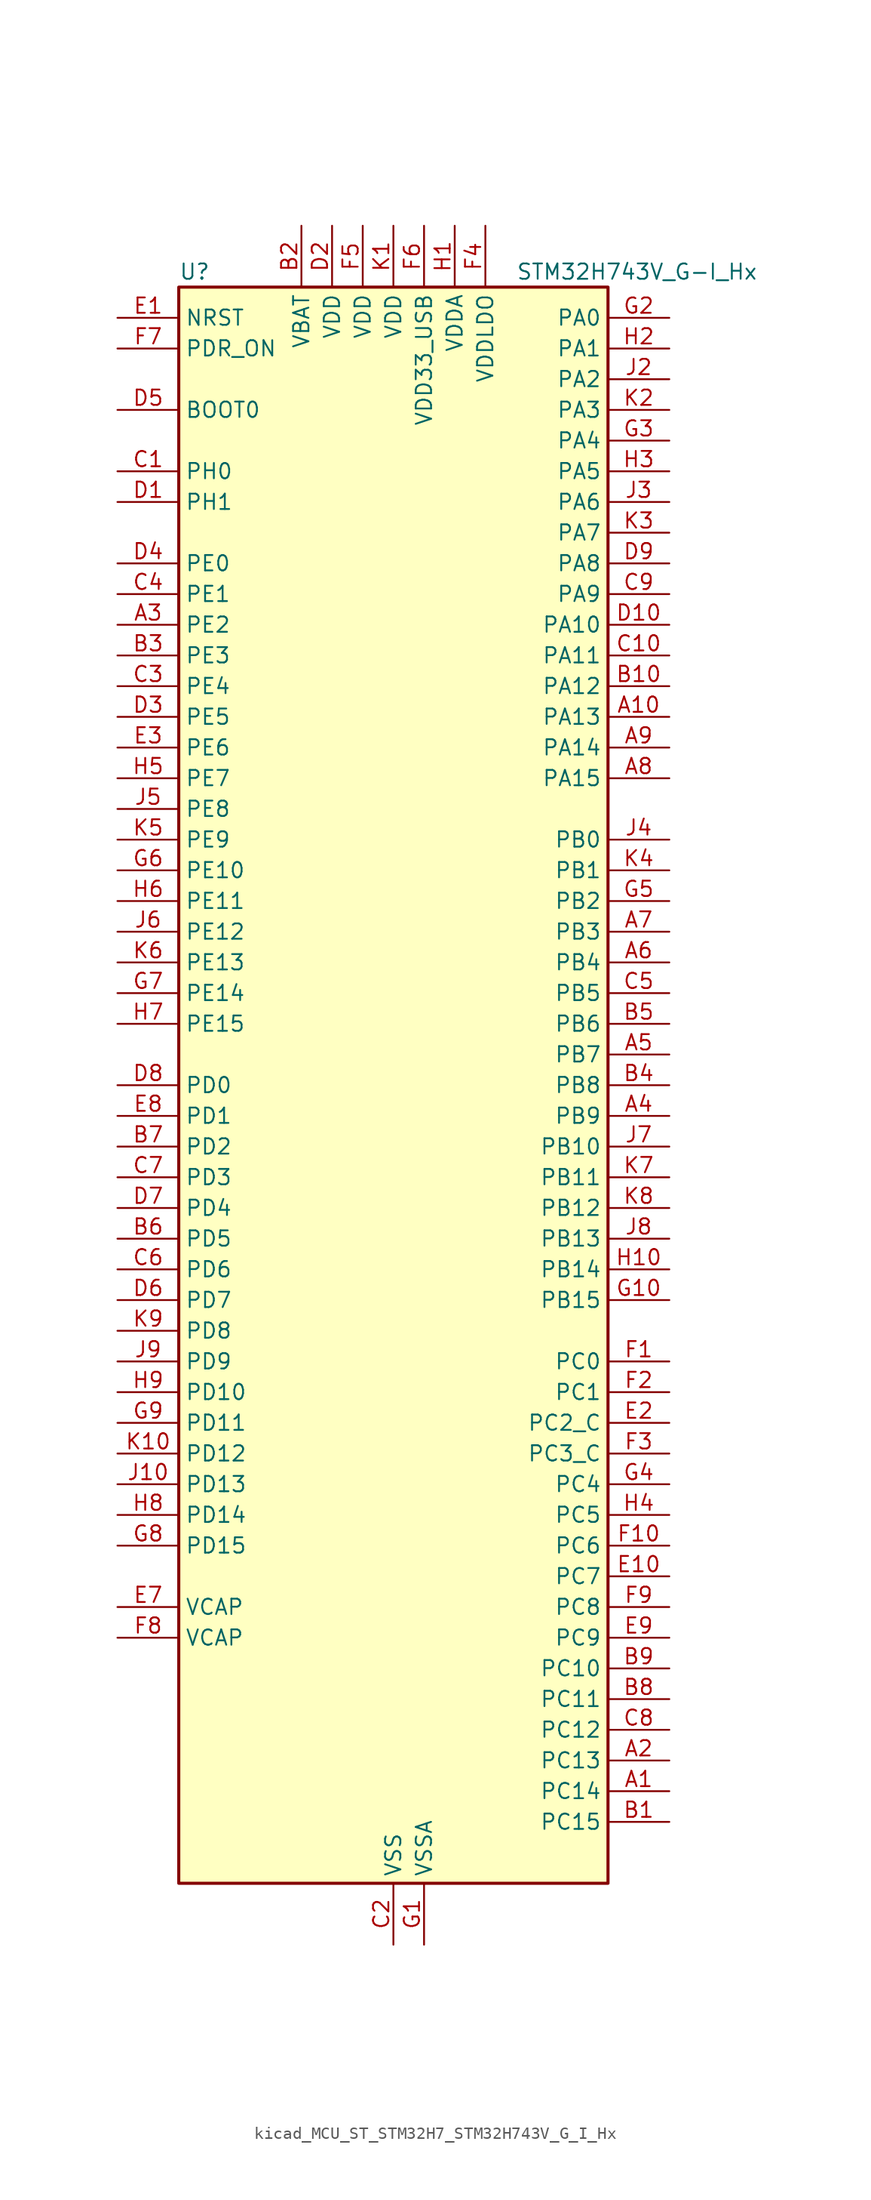
<source format=kicad_sym>
(kicad_symbol_lib
  (version 20220914)
  (generator kicad_symbol_editor)
  (symbol "kicad_MCU_ST_STM32H7_STM32H743V_G_I_Hx"
    (property "Reference" "U"
      (at -17.78 67.31 0)
      (effects (font (size 1.27 1.27)) (justify left)))
    (property "Value" "STM32H743V_G-I_Hx"
      (at 10.16 67.31 0)
      (effects (font (size 1.27 1.27)) (justify left)))
    (property "ki_locked" ""
      (at 0 0 0)
      (effects (font (size 1.27 1.27))))
    (symbol "kicad_MCU_ST_STM32H7_STM32H743V_G_I_Hx_0_1"
      (rectangle (start -17.78 -66.04) (end 17.78 66.04) (stroke (width 0.254) (type default)) (fill (type background))))
    (symbol "kicad_MCU_ST_STM32H7_STM32H743V_G_I_Hx_1_1"
      (pin bidirectional line (at 22.86 -58.42 180) (length 5.08) (name "PC14" (effects (font (size 1.27 1.27)))) (number "A1" (effects (font (size 1.27 1.27)))) (alternate "RCC_OSC32_IN" bidirectional line))
      (pin bidirectional line (at 22.86 30.48 180) (length 5.08) (name "PA13" (effects (font (size 1.27 1.27)))) (number "A10" (effects (font (size 1.27 1.27)))) (alternate "DEBUG_JTMS-SWDIO" bidirectional line))
      (pin bidirectional line (at 22.86 -55.88 180) (length 5.08) (name "PC13" (effects (font (size 1.27 1.27)))) (number "A2" (effects (font (size 1.27 1.27)))) (alternate "PWR_WKUP2" bidirectional line) (alternate "RTC_OUT_ALARM" bidirectional line) (alternate "RTC_OUT_CALIB" bidirectional line) (alternate "RTC_TAMP1" bidirectional line) (alternate "RTC_TS" bidirectional line))
      (pin bidirectional line (at -22.86 38.1 0) (length 5.08) (name "PE2" (effects (font (size 1.27 1.27)))) (number "A3" (effects (font (size 1.27 1.27)))) (alternate "DEBUG_TRACECLK" bidirectional line) (alternate "ETH_TXD3" bidirectional line) (alternate "FMC_A23" bidirectional line) (alternate "QUADSPI_BK1_IO2" bidirectional line) (alternate "SAI1_CK1" bidirectional line) (alternate "SAI1_MCLK_A" bidirectional line) (alternate "SAI4_CK1" bidirectional line) (alternate "SAI4_MCLK_A" bidirectional line) (alternate "SPI4_SCK" bidirectional line))
      (pin bidirectional line (at 22.86 -2.54 180) (length 5.08) (name "PB9" (effects (font (size 1.27 1.27)))) (number "A4" (effects (font (size 1.27 1.27)))) (alternate "DAC1_EXTI9" bidirectional line) (alternate "DCMI_D7" bidirectional line) (alternate "DFSDM1_DATIN7" bidirectional line) (alternate "FDCAN1_TX" bidirectional line) (alternate "I2C1_SDA" bidirectional line) (alternate "I2C4_SDA" bidirectional line) (alternate "I2C4_SMBA" bidirectional line) (alternate "I2S2_WS" bidirectional line) (alternate "LTDC_B7" bidirectional line) (alternate "SDMMC1_CDIR" bidirectional line) (alternate "SDMMC1_D5" bidirectional line) (alternate "SDMMC2_D5" bidirectional line) (alternate "SPI2_NSS" bidirectional line) (alternate "TIM17_CH1" bidirectional line) (alternate "TIM4_CH4" bidirectional line) (alternate "UART4_TX" bidirectional line))
      (pin bidirectional line (at 22.86 2.54 180) (length 5.08) (name "PB7" (effects (font (size 1.27 1.27)))) (number "A5" (effects (font (size 1.27 1.27)))) (alternate "DCMI_VSYNC" bidirectional line) (alternate "DFSDM1_CKIN5" bidirectional line) (alternate "FMC_NL" bidirectional line) (alternate "HRTIM_EEV9" bidirectional line) (alternate "I2C1_SDA" bidirectional line) (alternate "I2C4_SDA" bidirectional line) (alternate "LPUART1_RX" bidirectional line) (alternate "PWR_PVD_IN" bidirectional line) (alternate "TIM17_CH1N" bidirectional line) (alternate "TIM4_CH2" bidirectional line) (alternate "USART1_RX" bidirectional line))
      (pin bidirectional line (at 22.86 10.16 180) (length 5.08) (name "PB4" (effects (font (size 1.27 1.27)))) (number "A6" (effects (font (size 1.27 1.27)))) (alternate "DEBUG_JTRST" bidirectional line) (alternate "HRTIM_EEV6" bidirectional line) (alternate "I2S1_SDI" bidirectional line) (alternate "I2S2_WS" bidirectional line) (alternate "I2S3_SDI" bidirectional line) (alternate "SDMMC2_D3" bidirectional line) (alternate "SPI1_MISO" bidirectional line) (alternate "SPI2_NSS" bidirectional line) (alternate "SPI3_MISO" bidirectional line) (alternate "SPI6_MISO" bidirectional line) (alternate "TIM16_BKIN" bidirectional line) (alternate "TIM3_CH1" bidirectional line) (alternate "UART7_TX" bidirectional line))
      (pin bidirectional line (at 22.86 12.7 180) (length 5.08) (name "PB3" (effects (font (size 1.27 1.27)))) (number "A7" (effects (font (size 1.27 1.27)))) (alternate "CRS_SYNC" bidirectional line) (alternate "DEBUG_JTDO-SWO" bidirectional line) (alternate "HRTIM_FLT4" bidirectional line) (alternate "I2S1_CK" bidirectional line) (alternate "I2S3_CK" bidirectional line) (alternate "SDMMC2_D2" bidirectional line) (alternate "SPI1_SCK" bidirectional line) (alternate "SPI3_SCK" bidirectional line) (alternate "SPI6_SCK" bidirectional line) (alternate "TIM2_CH2" bidirectional line) (alternate "UART7_RX" bidirectional line))
      (pin bidirectional line (at 22.86 25.4 180) (length 5.08) (name "PA15" (effects (font (size 1.27 1.27)))) (number "A8" (effects (font (size 1.27 1.27)))) (alternate "ADC1_EXTI15" bidirectional line) (alternate "ADC2_EXTI15" bidirectional line) (alternate "ADC3_EXTI15" bidirectional line) (alternate "CEC" bidirectional line) (alternate "DEBUG_JTDI" bidirectional line) (alternate "HRTIM_FLT1" bidirectional line) (alternate "I2S1_WS" bidirectional line) (alternate "I2S3_WS" bidirectional line) (alternate "SPI1_NSS" bidirectional line) (alternate "SPI3_NSS" bidirectional line) (alternate "SPI6_NSS" bidirectional line) (alternate "TIM2_CH1" bidirectional line) (alternate "TIM2_ETR" bidirectional line) (alternate "UART4_DE" bidirectional line) (alternate "UART4_RTS" bidirectional line) (alternate "UART7_TX" bidirectional line))
      (pin bidirectional line (at 22.86 27.94 180) (length 5.08) (name "PA14" (effects (font (size 1.27 1.27)))) (number "A9" (effects (font (size 1.27 1.27)))) (alternate "DEBUG_JTCK-SWCLK" bidirectional line))
      (pin bidirectional line (at 22.86 -60.96 180) (length 5.08) (name "PC15" (effects (font (size 1.27 1.27)))) (number "B1" (effects (font (size 1.27 1.27)))) (alternate "ADC1_EXTI15" bidirectional line) (alternate "ADC2_EXTI15" bidirectional line) (alternate "ADC3_EXTI15" bidirectional line) (alternate "RCC_OSC32_OUT" bidirectional line))
      (pin bidirectional line (at 22.86 33.02 180) (length 5.08) (name "PA12" (effects (font (size 1.27 1.27)))) (number "B10" (effects (font (size 1.27 1.27)))) (alternate "FDCAN1_TX" bidirectional line) (alternate "HRTIM_CHD2" bidirectional line) (alternate "I2S2_CK" bidirectional line) (alternate "LPUART1_DE" bidirectional line) (alternate "LPUART1_RTS" bidirectional line) (alternate "LTDC_R5" bidirectional line) (alternate "SAI2_FS_B" bidirectional line) (alternate "SPI2_SCK" bidirectional line) (alternate "TIM1_ETR" bidirectional line) (alternate "UART4_TX" bidirectional line) (alternate "USART1_DE" bidirectional line) (alternate "USART1_RTS" bidirectional line) (alternate "USB_OTG_FS_DP" bidirectional line))
      (pin power_in line (at -7.62 71.12 270) (length 5.08) (name "VBAT" (effects (font (size 1.27 1.27)))) (number "B2" (effects (font (size 1.27 1.27)))))
      (pin bidirectional line (at -22.86 35.56 0) (length 5.08) (name "PE3" (effects (font (size 1.27 1.27)))) (number "B3" (effects (font (size 1.27 1.27)))) (alternate "DEBUG_TRACED0" bidirectional line) (alternate "FMC_A19" bidirectional line) (alternate "SAI1_SD_B" bidirectional line) (alternate "SAI4_SD_B" bidirectional line) (alternate "TIM15_BKIN" bidirectional line))
      (pin bidirectional line (at 22.86 0 180) (length 5.08) (name "PB8" (effects (font (size 1.27 1.27)))) (number "B4" (effects (font (size 1.27 1.27)))) (alternate "DCMI_D6" bidirectional line) (alternate "DFSDM1_CKIN7" bidirectional line) (alternate "ETH_TXD3" bidirectional line) (alternate "FDCAN1_RX" bidirectional line) (alternate "I2C1_SCL" bidirectional line) (alternate "I2C4_SCL" bidirectional line) (alternate "LTDC_B6" bidirectional line) (alternate "SDMMC1_CKIN" bidirectional line) (alternate "SDMMC1_D4" bidirectional line) (alternate "SDMMC2_D4" bidirectional line) (alternate "TIM16_CH1" bidirectional line) (alternate "TIM4_CH3" bidirectional line) (alternate "UART4_RX" bidirectional line))
      (pin bidirectional line (at 22.86 5.08 180) (length 5.08) (name "PB6" (effects (font (size 1.27 1.27)))) (number "B5" (effects (font (size 1.27 1.27)))) (alternate "CEC" bidirectional line) (alternate "DCMI_D5" bidirectional line) (alternate "DFSDM1_DATIN5" bidirectional line) (alternate "FDCAN2_TX" bidirectional line) (alternate "FMC_SDNE1" bidirectional line) (alternate "HRTIM_EEV8" bidirectional line) (alternate "I2C1_SCL" bidirectional line) (alternate "I2C4_SCL" bidirectional line) (alternate "LPUART1_TX" bidirectional line) (alternate "QUADSPI_BK1_NCS" bidirectional line) (alternate "TIM16_CH1N" bidirectional line) (alternate "TIM4_CH1" bidirectional line) (alternate "UART5_TX" bidirectional line) (alternate "USART1_TX" bidirectional line))
      (pin bidirectional line (at -22.86 -12.7 0) (length 5.08) (name "PD5" (effects (font (size 1.27 1.27)))) (number "B6" (effects (font (size 1.27 1.27)))) (alternate "FMC_NWE" bidirectional line) (alternate "HRTIM_EEV3" bidirectional line) (alternate "USART2_TX" bidirectional line))
      (pin bidirectional line (at -22.86 -5.08 0) (length 5.08) (name "PD2" (effects (font (size 1.27 1.27)))) (number "B7" (effects (font (size 1.27 1.27)))) (alternate "DCMI_D11" bidirectional line) (alternate "DEBUG_TRACED2" bidirectional line) (alternate "SDMMC1_CMD" bidirectional line) (alternate "TIM3_ETR" bidirectional line) (alternate "UART5_RX" bidirectional line))
      (pin bidirectional line (at 22.86 -50.8 180) (length 5.08) (name "PC11" (effects (font (size 1.27 1.27)))) (number "B8" (effects (font (size 1.27 1.27)))) (alternate "ADC1_EXTI11" bidirectional line) (alternate "ADC2_EXTI11" bidirectional line) (alternate "ADC3_EXTI11" bidirectional line) (alternate "DCMI_D4" bidirectional line) (alternate "DFSDM1_DATIN5" bidirectional line) (alternate "HRTIM_FLT2" bidirectional line) (alternate "I2S3_SDI" bidirectional line) (alternate "QUADSPI_BK2_NCS" bidirectional line) (alternate "SDMMC1_D3" bidirectional line) (alternate "SPI3_MISO" bidirectional line) (alternate "UART4_RX" bidirectional line) (alternate "USART3_RX" bidirectional line))
      (pin bidirectional line (at 22.86 -48.26 180) (length 5.08) (name "PC10" (effects (font (size 1.27 1.27)))) (number "B9" (effects (font (size 1.27 1.27)))) (alternate "DCMI_D8" bidirectional line) (alternate "DFSDM1_CKIN5" bidirectional line) (alternate "HRTIM_EEV1" bidirectional line) (alternate "I2S3_CK" bidirectional line) (alternate "LTDC_R2" bidirectional line) (alternate "QUADSPI_BK1_IO1" bidirectional line) (alternate "SDMMC1_D2" bidirectional line) (alternate "SPI3_SCK" bidirectional line) (alternate "UART4_TX" bidirectional line) (alternate "USART3_TX" bidirectional line))
      (pin bidirectional line (at -22.86 50.8 0) (length 5.08) (name "PH0" (effects (font (size 1.27 1.27)))) (number "C1" (effects (font (size 1.27 1.27)))) (alternate "RCC_OSC_IN" bidirectional line))
      (pin bidirectional line (at 22.86 35.56 180) (length 5.08) (name "PA11" (effects (font (size 1.27 1.27)))) (number "C10" (effects (font (size 1.27 1.27)))) (alternate "ADC1_EXTI11" bidirectional line) (alternate "ADC2_EXTI11" bidirectional line) (alternate "ADC3_EXTI11" bidirectional line) (alternate "FDCAN1_RX" bidirectional line) (alternate "HRTIM_CHD1" bidirectional line) (alternate "I2S2_WS" bidirectional line) (alternate "LPUART1_CTS" bidirectional line) (alternate "LTDC_R4" bidirectional line) (alternate "SPI2_NSS" bidirectional line) (alternate "TIM1_CH4" bidirectional line) (alternate "UART4_RX" bidirectional line) (alternate "USART1_CTS" bidirectional line) (alternate "USART1_NSS" bidirectional line) (alternate "USB_OTG_FS_DM" bidirectional line))
      (pin power_in line (at 0 -71.12 90) (length 5.08) (name "VSS" (effects (font (size 1.27 1.27)))) (number "C2" (effects (font (size 1.27 1.27)))))
      (pin bidirectional line (at -22.86 33.02 0) (length 5.08) (name "PE4" (effects (font (size 1.27 1.27)))) (number "C3" (effects (font (size 1.27 1.27)))) (alternate "DCMI_D4" bidirectional line) (alternate "DEBUG_TRACED1" bidirectional line) (alternate "DFSDM1_DATIN3" bidirectional line) (alternate "FMC_A20" bidirectional line) (alternate "LTDC_B0" bidirectional line) (alternate "SAI1_D2" bidirectional line) (alternate "SAI1_FS_A" bidirectional line) (alternate "SAI4_D2" bidirectional line) (alternate "SAI4_FS_A" bidirectional line) (alternate "SPI4_NSS" bidirectional line) (alternate "TIM15_CH1N" bidirectional line))
      (pin bidirectional line (at -22.86 40.64 0) (length 5.08) (name "PE1" (effects (font (size 1.27 1.27)))) (number "C4" (effects (font (size 1.27 1.27)))) (alternate "DCMI_D3" bidirectional line) (alternate "FMC_NBL1" bidirectional line) (alternate "HRTIM_SCOUT" bidirectional line) (alternate "LPTIM1_IN2" bidirectional line) (alternate "UART8_TX" bidirectional line))
      (pin bidirectional line (at 22.86 7.62 180) (length 5.08) (name "PB5" (effects (font (size 1.27 1.27)))) (number "C5" (effects (font (size 1.27 1.27)))) (alternate "DCMI_D10" bidirectional line) (alternate "ETH_PPS_OUT" bidirectional line) (alternate "FDCAN2_RX" bidirectional line) (alternate "FMC_SDCKE1" bidirectional line) (alternate "HRTIM_EEV7" bidirectional line) (alternate "I2C1_SMBA" bidirectional line) (alternate "I2C4_SMBA" bidirectional line) (alternate "I2S1_SDO" bidirectional line) (alternate "I2S3_SDO" bidirectional line) (alternate "SPI1_MOSI" bidirectional line) (alternate "SPI3_MOSI" bidirectional line) (alternate "SPI6_MOSI" bidirectional line) (alternate "TIM17_BKIN" bidirectional line) (alternate "TIM3_CH2" bidirectional line) (alternate "UART5_RX" bidirectional line) (alternate "USB_OTG_HS_ULPI_D7" bidirectional line))
      (pin bidirectional line (at -22.86 -15.24 0) (length 5.08) (name "PD6" (effects (font (size 1.27 1.27)))) (number "C6" (effects (font (size 1.27 1.27)))) (alternate "DCMI_D10" bidirectional line) (alternate "DFSDM1_CKIN4" bidirectional line) (alternate "DFSDM1_DATIN1" bidirectional line) (alternate "FMC_NWAIT" bidirectional line) (alternate "I2S3_SDO" bidirectional line) (alternate "LTDC_B2" bidirectional line) (alternate "SAI1_D1" bidirectional line) (alternate "SAI1_SD_A" bidirectional line) (alternate "SAI4_D1" bidirectional line) (alternate "SAI4_SD_A" bidirectional line) (alternate "SDMMC2_CK" bidirectional line) (alternate "SPI3_MOSI" bidirectional line) (alternate "USART2_RX" bidirectional line))
      (pin bidirectional line (at -22.86 -7.62 0) (length 5.08) (name "PD3" (effects (font (size 1.27 1.27)))) (number "C7" (effects (font (size 1.27 1.27)))) (alternate "DCMI_D5" bidirectional line) (alternate "DFSDM1_CKOUT" bidirectional line) (alternate "FMC_CLK" bidirectional line) (alternate "I2S2_CK" bidirectional line) (alternate "LTDC_G7" bidirectional line) (alternate "SPI2_SCK" bidirectional line) (alternate "USART2_CTS" bidirectional line) (alternate "USART2_NSS" bidirectional line))
      (pin bidirectional line (at 22.86 -53.34 180) (length 5.08) (name "PC12" (effects (font (size 1.27 1.27)))) (number "C8" (effects (font (size 1.27 1.27)))) (alternate "DCMI_D9" bidirectional line) (alternate "DEBUG_TRACED3" bidirectional line) (alternate "HRTIM_EEV2" bidirectional line) (alternate "I2S3_SDO" bidirectional line) (alternate "SDMMC1_CK" bidirectional line) (alternate "SPI3_MOSI" bidirectional line) (alternate "UART5_TX" bidirectional line) (alternate "USART3_CK" bidirectional line))
      (pin bidirectional line (at 22.86 40.64 180) (length 5.08) (name "PA9" (effects (font (size 1.27 1.27)))) (number "C9" (effects (font (size 1.27 1.27)))) (alternate "DAC1_EXTI9" bidirectional line) (alternate "DCMI_D0" bidirectional line) (alternate "HRTIM_CHC1" bidirectional line) (alternate "I2C3_SMBA" bidirectional line) (alternate "I2S2_CK" bidirectional line) (alternate "LPUART1_TX" bidirectional line) (alternate "LTDC_R5" bidirectional line) (alternate "SPI2_SCK" bidirectional line) (alternate "TIM1_CH2" bidirectional line) (alternate "USART1_TX" bidirectional line) (alternate "USB_OTG_FS_VBUS" bidirectional line))
      (pin bidirectional line (at -22.86 48.26 0) (length 5.08) (name "PH1" (effects (font (size 1.27 1.27)))) (number "D1" (effects (font (size 1.27 1.27)))) (alternate "RCC_OSC_OUT" bidirectional line))
      (pin bidirectional line (at 22.86 38.1 180) (length 5.08) (name "PA10" (effects (font (size 1.27 1.27)))) (number "D10" (effects (font (size 1.27 1.27)))) (alternate "DCMI_D1" bidirectional line) (alternate "HRTIM_CHC2" bidirectional line) (alternate "LPUART1_RX" bidirectional line) (alternate "LTDC_B1" bidirectional line) (alternate "LTDC_B4" bidirectional line) (alternate "MDIOS_MDIO" bidirectional line) (alternate "TIM1_CH3" bidirectional line) (alternate "USART1_RX" bidirectional line) (alternate "USB_OTG_FS_ID" bidirectional line))
      (pin power_in line (at -5.08 71.12 270) (length 5.08) (name "VDD" (effects (font (size 1.27 1.27)))) (number "D2" (effects (font (size 1.27 1.27)))))
      (pin bidirectional line (at -22.86 30.48 0) (length 5.08) (name "PE5" (effects (font (size 1.27 1.27)))) (number "D3" (effects (font (size 1.27 1.27)))) (alternate "DCMI_D6" bidirectional line) (alternate "DEBUG_TRACED2" bidirectional line) (alternate "DFSDM1_CKIN3" bidirectional line) (alternate "FMC_A21" bidirectional line) (alternate "LTDC_G0" bidirectional line) (alternate "SAI1_CK2" bidirectional line) (alternate "SAI1_SCK_A" bidirectional line) (alternate "SAI4_CK2" bidirectional line) (alternate "SAI4_SCK_A" bidirectional line) (alternate "SPI4_MISO" bidirectional line) (alternate "TIM15_CH1" bidirectional line))
      (pin bidirectional line (at -22.86 43.18 0) (length 5.08) (name "PE0" (effects (font (size 1.27 1.27)))) (number "D4" (effects (font (size 1.27 1.27)))) (alternate "DCMI_D2" bidirectional line) (alternate "FMC_NBL0" bidirectional line) (alternate "HRTIM_SCIN" bidirectional line) (alternate "LPTIM1_ETR" bidirectional line) (alternate "LPTIM2_ETR" bidirectional line) (alternate "SAI2_MCLK_A" bidirectional line) (alternate "TIM4_ETR" bidirectional line) (alternate "UART8_RX" bidirectional line))
      (pin input line (at -22.86 55.88 0) (length 5.08) (name "BOOT0" (effects (font (size 1.27 1.27)))) (number "D5" (effects (font (size 1.27 1.27)))))
      (pin bidirectional line (at -22.86 -17.78 0) (length 5.08) (name "PD7" (effects (font (size 1.27 1.27)))) (number "D6" (effects (font (size 1.27 1.27)))) (alternate "DFSDM1_CKIN1" bidirectional line) (alternate "DFSDM1_DATIN4" bidirectional line) (alternate "FMC_NE1" bidirectional line) (alternate "I2S1_SDO" bidirectional line) (alternate "SDMMC2_CMD" bidirectional line) (alternate "SPDIFRX1_IN0" bidirectional line) (alternate "SPI1_MOSI" bidirectional line) (alternate "USART2_CK" bidirectional line))
      (pin bidirectional line (at -22.86 -10.16 0) (length 5.08) (name "PD4" (effects (font (size 1.27 1.27)))) (number "D7" (effects (font (size 1.27 1.27)))) (alternate "FMC_NOE" bidirectional line) (alternate "HRTIM_FLT3" bidirectional line) (alternate "SAI3_FS_A" bidirectional line) (alternate "USART2_DE" bidirectional line) (alternate "USART2_RTS" bidirectional line))
      (pin bidirectional line (at -22.86 0 0) (length 5.08) (name "PD0" (effects (font (size 1.27 1.27)))) (number "D8" (effects (font (size 1.27 1.27)))) (alternate "DFSDM1_CKIN6" bidirectional line) (alternate "FDCAN1_RX" bidirectional line) (alternate "FMC_D2" bidirectional line) (alternate "FMC_DA2" bidirectional line) (alternate "SAI3_SCK_A" bidirectional line) (alternate "UART4_RX" bidirectional line))
      (pin bidirectional line (at 22.86 43.18 180) (length 5.08) (name "PA8" (effects (font (size 1.27 1.27)))) (number "D9" (effects (font (size 1.27 1.27)))) (alternate "HRTIM_CHB2" bidirectional line) (alternate "I2C3_SCL" bidirectional line) (alternate "LTDC_B3" bidirectional line) (alternate "LTDC_R6" bidirectional line) (alternate "RCC_MCO_1" bidirectional line) (alternate "TIM1_CH1" bidirectional line) (alternate "TIM8_BKIN2" bidirectional line) (alternate "TIM8_BKIN2_COMP1" bidirectional line) (alternate "TIM8_BKIN2_COMP2" bidirectional line) (alternate "UART7_RX" bidirectional line) (alternate "USART1_CK" bidirectional line) (alternate "USB_OTG_FS_SOF" bidirectional line))
      (pin input line (at -22.86 63.5 0) (length 5.08) (name "NRST" (effects (font (size 1.27 1.27)))) (number "E1" (effects (font (size 1.27 1.27)))))
      (pin bidirectional line (at 22.86 -40.64 180) (length 5.08) (name "PC7" (effects (font (size 1.27 1.27)))) (number "E10" (effects (font (size 1.27 1.27)))) (alternate "DCMI_D1" bidirectional line) (alternate "DEBUG_TRGIO" bidirectional line) (alternate "DFSDM1_DATIN3" bidirectional line) (alternate "FMC_NE1" bidirectional line) (alternate "HRTIM_CHA2" bidirectional line) (alternate "I2S3_MCK" bidirectional line) (alternate "LTDC_G6" bidirectional line) (alternate "SDMMC1_D123DIR" bidirectional line) (alternate "SDMMC1_D7" bidirectional line) (alternate "SDMMC2_D7" bidirectional line) (alternate "SWPMI1_TX" bidirectional line) (alternate "TIM3_CH2" bidirectional line) (alternate "TIM8_CH2" bidirectional line) (alternate "USART6_RX" bidirectional line))
      (pin bidirectional line (at 22.86 -27.94 180) (length 5.08) (name "PC2_C" (effects (font (size 1.27 1.27)))) (number "E2" (effects (font (size 1.27 1.27)))) (alternate "ADC3_INN1" bidirectional line) (alternate "ADC3_INP0" bidirectional line) (alternate "DFSDM1_CKIN1" bidirectional line) (alternate "DFSDM1_CKOUT" bidirectional line) (alternate "ETH_TXD2" bidirectional line) (alternate "FMC_SDNE0" bidirectional line) (alternate "I2S2_SDI" bidirectional line) (alternate "PWR_CSTOP" bidirectional line) (alternate "SPI2_MISO" bidirectional line) (alternate "USB_OTG_HS_ULPI_DIR" bidirectional line))
      (pin bidirectional line (at -22.86 27.94 0) (length 5.08) (name "PE6" (effects (font (size 1.27 1.27)))) (number "E3" (effects (font (size 1.27 1.27)))) (alternate "DCMI_D7" bidirectional line) (alternate "DEBUG_TRACED3" bidirectional line) (alternate "FMC_A22" bidirectional line) (alternate "LTDC_G1" bidirectional line) (alternate "SAI1_D1" bidirectional line) (alternate "SAI1_SD_A" bidirectional line) (alternate "SAI2_MCLK_B" bidirectional line) (alternate "SAI4_D1" bidirectional line) (alternate "SAI4_SD_A" bidirectional line) (alternate "SPI4_MOSI" bidirectional line) (alternate "TIM15_CH2" bidirectional line) (alternate "TIM1_BKIN2" bidirectional line) (alternate "TIM1_BKIN2_COMP1" bidirectional line) (alternate "TIM1_BKIN2_COMP2" bidirectional line))
      (pin passive line (at 0 -71.12 90) (length 5.08) hide (name "VSS" (effects (font (size 1.27 1.27)))) (number "E4" (effects (font (size 1.27 1.27)))))
      (pin passive line (at 0 -71.12 90) (length 5.08) hide (name "VSS" (effects (font (size 1.27 1.27)))) (number "E5" (effects (font (size 1.27 1.27)))))
      (pin passive line (at 0 -71.12 90) (length 5.08) hide (name "VSS" (effects (font (size 1.27 1.27)))) (number "E6" (effects (font (size 1.27 1.27)))))
      (pin power_out line (at -22.86 -43.18 0) (length 5.08) (name "VCAP" (effects (font (size 1.27 1.27)))) (number "E7" (effects (font (size 1.27 1.27)))))
      (pin bidirectional line (at -22.86 -2.54 0) (length 5.08) (name "PD1" (effects (font (size 1.27 1.27)))) (number "E8" (effects (font (size 1.27 1.27)))) (alternate "DFSDM1_DATIN6" bidirectional line) (alternate "FDCAN1_TX" bidirectional line) (alternate "FMC_D3" bidirectional line) (alternate "FMC_DA3" bidirectional line) (alternate "SAI3_SD_A" bidirectional line) (alternate "UART4_TX" bidirectional line))
      (pin bidirectional line (at 22.86 -45.72 180) (length 5.08) (name "PC9" (effects (font (size 1.27 1.27)))) (number "E9" (effects (font (size 1.27 1.27)))) (alternate "DAC1_EXTI9" bidirectional line) (alternate "DCMI_D3" bidirectional line) (alternate "I2C3_SDA" bidirectional line) (alternate "I2S_CKIN" bidirectional line) (alternate "LTDC_B2" bidirectional line) (alternate "LTDC_G3" bidirectional line) (alternate "QUADSPI_BK1_IO0" bidirectional line) (alternate "RCC_MCO_2" bidirectional line) (alternate "SDMMC1_D1" bidirectional line) (alternate "SWPMI1_SUSPEND" bidirectional line) (alternate "TIM3_CH4" bidirectional line) (alternate "TIM8_CH4" bidirectional line) (alternate "UART5_CTS" bidirectional line))
      (pin bidirectional line (at 22.86 -22.86 180) (length 5.08) (name "PC0" (effects (font (size 1.27 1.27)))) (number "F1" (effects (font (size 1.27 1.27)))) (alternate "ADC1_INP10" bidirectional line) (alternate "ADC2_INP10" bidirectional line) (alternate "ADC3_INP10" bidirectional line) (alternate "DFSDM1_CKIN0" bidirectional line) (alternate "DFSDM1_DATIN4" bidirectional line) (alternate "FMC_SDNWE" bidirectional line) (alternate "LTDC_R5" bidirectional line) (alternate "SAI2_FS_B" bidirectional line) (alternate "USB_OTG_HS_ULPI_STP" bidirectional line))
      (pin bidirectional line (at 22.86 -38.1 180) (length 5.08) (name "PC6" (effects (font (size 1.27 1.27)))) (number "F10" (effects (font (size 1.27 1.27)))) (alternate "DCMI_D0" bidirectional line) (alternate "DFSDM1_CKIN3" bidirectional line) (alternate "FMC_NWAIT" bidirectional line) (alternate "HRTIM_CHA1" bidirectional line) (alternate "I2S2_MCK" bidirectional line) (alternate "LTDC_HSYNC" bidirectional line) (alternate "SDMMC1_D0DIR" bidirectional line) (alternate "SDMMC1_D6" bidirectional line) (alternate "SDMMC2_D6" bidirectional line) (alternate "SWPMI1_IO" bidirectional line) (alternate "TIM3_CH1" bidirectional line) (alternate "TIM8_CH1" bidirectional line) (alternate "USART6_TX" bidirectional line))
      (pin bidirectional line (at 22.86 -25.4 180) (length 5.08) (name "PC1" (effects (font (size 1.27 1.27)))) (number "F2" (effects (font (size 1.27 1.27)))) (alternate "ADC1_INN10" bidirectional line) (alternate "ADC1_INP11" bidirectional line) (alternate "ADC2_INN10" bidirectional line) (alternate "ADC2_INP11" bidirectional line) (alternate "ADC3_INN10" bidirectional line) (alternate "ADC3_INP11" bidirectional line) (alternate "DEBUG_TRACED0" bidirectional line) (alternate "DFSDM1_CKIN4" bidirectional line) (alternate "DFSDM1_DATIN0" bidirectional line) (alternate "ETH_MDC" bidirectional line) (alternate "I2S2_SDO" bidirectional line) (alternate "MDIOS_MDC" bidirectional line) (alternate "PWR_WKUP5" bidirectional line) (alternate "RTC_TAMP3" bidirectional line) (alternate "SAI1_D1" bidirectional line) (alternate "SAI1_SD_A" bidirectional line) (alternate "SAI4_D1" bidirectional line) (alternate "SAI4_SD_A" bidirectional line) (alternate "SDMMC2_CK" bidirectional line) (alternate "SPI2_MOSI" bidirectional line))
      (pin bidirectional line (at 22.86 -30.48 180) (length 5.08) (name "PC3_C" (effects (font (size 1.27 1.27)))) (number "F3" (effects (font (size 1.27 1.27)))) (alternate "ADC3_INP1" bidirectional line) (alternate "DFSDM1_DATIN1" bidirectional line) (alternate "ETH_TX_CLK" bidirectional line) (alternate "FMC_SDCKE0" bidirectional line) (alternate "I2S2_SDO" bidirectional line) (alternate "PWR_CSLEEP" bidirectional line) (alternate "SPI2_MOSI" bidirectional line) (alternate "USB_OTG_HS_ULPI_NXT" bidirectional line))
      (pin power_in line (at 7.62 71.12 270) (length 5.08) (name "VDDLDO" (effects (font (size 1.27 1.27)))) (number "F4" (effects (font (size 1.27 1.27)))))
      (pin power_in line (at -2.54 71.12 270) (length 5.08) (name "VDD" (effects (font (size 1.27 1.27)))) (number "F5" (effects (font (size 1.27 1.27)))))
      (pin power_in line (at 2.54 71.12 270) (length 5.08) (name "VDD33_USB" (effects (font (size 1.27 1.27)))) (number "F6" (effects (font (size 1.27 1.27)))))
      (pin input line (at -22.86 60.96 0) (length 5.08) (name "PDR_ON" (effects (font (size 1.27 1.27)))) (number "F7" (effects (font (size 1.27 1.27)))))
      (pin power_out line (at -22.86 -45.72 0) (length 5.08) (name "VCAP" (effects (font (size 1.27 1.27)))) (number "F8" (effects (font (size 1.27 1.27)))))
      (pin bidirectional line (at 22.86 -43.18 180) (length 5.08) (name "PC8" (effects (font (size 1.27 1.27)))) (number "F9" (effects (font (size 1.27 1.27)))) (alternate "DCMI_D2" bidirectional line) (alternate "DEBUG_TRACED1" bidirectional line) (alternate "FMC_NCE" bidirectional line) (alternate "FMC_NE2" bidirectional line) (alternate "HRTIM_CHB1" bidirectional line) (alternate "SDMMC1_D0" bidirectional line) (alternate "SWPMI1_RX" bidirectional line) (alternate "TIM3_CH3" bidirectional line) (alternate "TIM8_CH3" bidirectional line) (alternate "UART5_DE" bidirectional line) (alternate "UART5_RTS" bidirectional line) (alternate "USART6_CK" bidirectional line))
      (pin power_in line (at 2.54 -71.12 90) (length 5.08) (name "VSSA" (effects (font (size 1.27 1.27)))) (number "G1" (effects (font (size 1.27 1.27)))))
      (pin bidirectional line (at 22.86 -17.78 180) (length 5.08) (name "PB15" (effects (font (size 1.27 1.27)))) (number "G10" (effects (font (size 1.27 1.27)))) (alternate "ADC1_EXTI15" bidirectional line) (alternate "ADC2_EXTI15" bidirectional line) (alternate "ADC3_EXTI15" bidirectional line) (alternate "DFSDM1_CKIN2" bidirectional line) (alternate "I2S2_SDO" bidirectional line) (alternate "RTC_REFIN" bidirectional line) (alternate "SDMMC2_D1" bidirectional line) (alternate "SPI2_MOSI" bidirectional line) (alternate "TIM12_CH2" bidirectional line) (alternate "TIM1_CH3N" bidirectional line) (alternate "TIM8_CH3N" bidirectional line) (alternate "UART4_CTS" bidirectional line) (alternate "USART1_RX" bidirectional line) (alternate "USB_OTG_HS_DP" bidirectional line))
      (pin bidirectional line (at 22.86 63.5 180) (length 5.08) (name "PA0" (effects (font (size 1.27 1.27)))) (number "G2" (effects (font (size 1.27 1.27)))) (alternate "ADC1_INP16" bidirectional line) (alternate "ETH_CRS" bidirectional line) (alternate "PWR_WKUP0" bidirectional line) (alternate "SAI2_SD_B" bidirectional line) (alternate "SDMMC2_CMD" bidirectional line) (alternate "TIM15_BKIN" bidirectional line) (alternate "TIM2_CH1" bidirectional line) (alternate "TIM2_ETR" bidirectional line) (alternate "TIM5_CH1" bidirectional line) (alternate "TIM8_ETR" bidirectional line) (alternate "UART4_TX" bidirectional line) (alternate "USART2_CTS" bidirectional line) (alternate "USART2_NSS" bidirectional line))
      (pin bidirectional line (at 22.86 53.34 180) (length 5.08) (name "PA4" (effects (font (size 1.27 1.27)))) (number "G3" (effects (font (size 1.27 1.27)))) (alternate "ADC1_INP18" bidirectional line) (alternate "ADC2_INP18" bidirectional line) (alternate "DAC1_OUT1" bidirectional line) (alternate "DCMI_HSYNC" bidirectional line) (alternate "I2S1_WS" bidirectional line) (alternate "I2S3_WS" bidirectional line) (alternate "LTDC_VSYNC" bidirectional line) (alternate "SPI1_NSS" bidirectional line) (alternate "SPI3_NSS" bidirectional line) (alternate "SPI6_NSS" bidirectional line) (alternate "TIM5_ETR" bidirectional line) (alternate "USART2_CK" bidirectional line) (alternate "USB_OTG_HS_SOF" bidirectional line))
      (pin bidirectional line (at 22.86 -33.02 180) (length 5.08) (name "PC4" (effects (font (size 1.27 1.27)))) (number "G4" (effects (font (size 1.27 1.27)))) (alternate "ADC1_INP4" bidirectional line) (alternate "ADC2_INP4" bidirectional line) (alternate "COMP1_INM" bidirectional line) (alternate "DFSDM1_CKIN2" bidirectional line) (alternate "ETH_RXD0" bidirectional line) (alternate "FMC_SDNE0" bidirectional line) (alternate "I2S1_MCK" bidirectional line) (alternate "OPAMP1_VOUT" bidirectional line) (alternate "SPDIFRX1_IN2" bidirectional line))
      (pin bidirectional line (at 22.86 15.24 180) (length 5.08) (name "PB2" (effects (font (size 1.27 1.27)))) (number "G5" (effects (font (size 1.27 1.27)))) (alternate "COMP1_INP" bidirectional line) (alternate "DFSDM1_CKIN1" bidirectional line) (alternate "I2S3_SDO" bidirectional line) (alternate "QUADSPI_CLK" bidirectional line) (alternate "RTC_OUT_ALARM" bidirectional line) (alternate "RTC_OUT_CALIB" bidirectional line) (alternate "SAI1_D1" bidirectional line) (alternate "SAI1_SD_A" bidirectional line) (alternate "SAI4_D1" bidirectional line) (alternate "SAI4_SD_A" bidirectional line) (alternate "SPI3_MOSI" bidirectional line))
      (pin bidirectional line (at -22.86 17.78 0) (length 5.08) (name "PE10" (effects (font (size 1.27 1.27)))) (number "G6" (effects (font (size 1.27 1.27)))) (alternate "COMP2_INM" bidirectional line) (alternate "DFSDM1_DATIN4" bidirectional line) (alternate "FMC_D7" bidirectional line) (alternate "FMC_DA7" bidirectional line) (alternate "QUADSPI_BK2_IO3" bidirectional line) (alternate "TIM1_CH2N" bidirectional line) (alternate "UART7_CTS" bidirectional line))
      (pin bidirectional line (at -22.86 7.62 0) (length 5.08) (name "PE14" (effects (font (size 1.27 1.27)))) (number "G7" (effects (font (size 1.27 1.27)))) (alternate "FMC_D11" bidirectional line) (alternate "FMC_DA11" bidirectional line) (alternate "LTDC_CLK" bidirectional line) (alternate "SAI2_MCLK_B" bidirectional line) (alternate "SPI4_MOSI" bidirectional line) (alternate "TIM1_CH4" bidirectional line))
      (pin bidirectional line (at -22.86 -38.1 0) (length 5.08) (name "PD15" (effects (font (size 1.27 1.27)))) (number "G8" (effects (font (size 1.27 1.27)))) (alternate "ADC1_EXTI15" bidirectional line) (alternate "ADC2_EXTI15" bidirectional line) (alternate "ADC3_EXTI15" bidirectional line) (alternate "FMC_D1" bidirectional line) (alternate "FMC_DA1" bidirectional line) (alternate "SAI3_MCLK_A" bidirectional line) (alternate "TIM4_CH4" bidirectional line) (alternate "UART8_DE" bidirectional line) (alternate "UART8_RTS" bidirectional line))
      (pin bidirectional line (at -22.86 -27.94 0) (length 5.08) (name "PD11" (effects (font (size 1.27 1.27)))) (number "G9" (effects (font (size 1.27 1.27)))) (alternate "ADC1_EXTI11" bidirectional line) (alternate "ADC2_EXTI11" bidirectional line) (alternate "ADC3_EXTI11" bidirectional line) (alternate "FMC_A16" bidirectional line) (alternate "FMC_CLE" bidirectional line) (alternate "I2C4_SMBA" bidirectional line) (alternate "LPTIM2_IN2" bidirectional line) (alternate "QUADSPI_BK1_IO0" bidirectional line) (alternate "SAI2_SD_A" bidirectional line) (alternate "USART3_CTS" bidirectional line) (alternate "USART3_NSS" bidirectional line))
      (pin power_in line (at 5.08 71.12 270) (length 5.08) (name "VDDA" (effects (font (size 1.27 1.27)))) (number "H1" (effects (font (size 1.27 1.27)))))
      (pin bidirectional line (at 22.86 -15.24 180) (length 5.08) (name "PB14" (effects (font (size 1.27 1.27)))) (number "H10" (effects (font (size 1.27 1.27)))) (alternate "DFSDM1_DATIN2" bidirectional line) (alternate "I2S2_SDI" bidirectional line) (alternate "SDMMC2_D0" bidirectional line) (alternate "SPI2_MISO" bidirectional line) (alternate "TIM12_CH1" bidirectional line) (alternate "TIM1_CH2N" bidirectional line) (alternate "TIM8_CH2N" bidirectional line) (alternate "UART4_DE" bidirectional line) (alternate "UART4_RTS" bidirectional line) (alternate "USART1_TX" bidirectional line) (alternate "USART3_DE" bidirectional line) (alternate "USART3_RTS" bidirectional line) (alternate "USB_OTG_HS_DM" bidirectional line))
      (pin bidirectional line (at 22.86 60.96 180) (length 5.08) (name "PA1" (effects (font (size 1.27 1.27)))) (number "H2" (effects (font (size 1.27 1.27)))) (alternate "ADC1_INN16" bidirectional line) (alternate "ADC1_INP17" bidirectional line) (alternate "ETH_REF_CLK" bidirectional line) (alternate "ETH_RX_CLK" bidirectional line) (alternate "LPTIM3_OUT" bidirectional line) (alternate "LTDC_R2" bidirectional line) (alternate "QUADSPI_BK1_IO3" bidirectional line) (alternate "SAI2_MCLK_B" bidirectional line) (alternate "TIM15_CH1N" bidirectional line) (alternate "TIM2_CH2" bidirectional line) (alternate "TIM5_CH2" bidirectional line) (alternate "UART4_RX" bidirectional line) (alternate "USART2_DE" bidirectional line) (alternate "USART2_RTS" bidirectional line))
      (pin bidirectional line (at 22.86 50.8 180) (length 5.08) (name "PA5" (effects (font (size 1.27 1.27)))) (number "H3" (effects (font (size 1.27 1.27)))) (alternate "ADC1_INN18" bidirectional line) (alternate "ADC1_INP19" bidirectional line) (alternate "ADC2_INN18" bidirectional line) (alternate "ADC2_INP19" bidirectional line) (alternate "DAC1_OUT2" bidirectional line) (alternate "I2S1_CK" bidirectional line) (alternate "LTDC_R4" bidirectional line) (alternate "PWR_NDSTOP2" bidirectional line) (alternate "SPI1_SCK" bidirectional line) (alternate "SPI6_SCK" bidirectional line) (alternate "TIM2_CH1" bidirectional line) (alternate "TIM2_ETR" bidirectional line) (alternate "TIM8_CH1N" bidirectional line) (alternate "USB_OTG_HS_ULPI_CK" bidirectional line))
      (pin bidirectional line (at 22.86 -35.56 180) (length 5.08) (name "PC5" (effects (font (size 1.27 1.27)))) (number "H4" (effects (font (size 1.27 1.27)))) (alternate "ADC1_INN4" bidirectional line) (alternate "ADC1_INP8" bidirectional line) (alternate "ADC2_INN4" bidirectional line) (alternate "ADC2_INP8" bidirectional line) (alternate "COMP1_OUT" bidirectional line) (alternate "DFSDM1_DATIN2" bidirectional line) (alternate "ETH_RXD1" bidirectional line) (alternate "FMC_SDCKE0" bidirectional line) (alternate "OPAMP1_VINM" bidirectional line) (alternate "OPAMP1_VINM0" bidirectional line) (alternate "SAI1_D3" bidirectional line) (alternate "SAI4_D3" bidirectional line) (alternate "SPDIFRX1_IN3" bidirectional line))
      (pin bidirectional line (at -22.86 25.4 0) (length 5.08) (name "PE7" (effects (font (size 1.27 1.27)))) (number "H5" (effects (font (size 1.27 1.27)))) (alternate "COMP2_INM" bidirectional line) (alternate "DFSDM1_DATIN2" bidirectional line) (alternate "FMC_D4" bidirectional line) (alternate "FMC_DA4" bidirectional line) (alternate "OPAMP2_VOUT" bidirectional line) (alternate "QUADSPI_BK2_IO0" bidirectional line) (alternate "TIM1_ETR" bidirectional line) (alternate "UART7_RX" bidirectional line))
      (pin bidirectional line (at -22.86 15.24 0) (length 5.08) (name "PE11" (effects (font (size 1.27 1.27)))) (number "H6" (effects (font (size 1.27 1.27)))) (alternate "ADC1_EXTI11" bidirectional line) (alternate "ADC2_EXTI11" bidirectional line) (alternate "ADC3_EXTI11" bidirectional line) (alternate "COMP2_INP" bidirectional line) (alternate "DFSDM1_CKIN4" bidirectional line) (alternate "FMC_D8" bidirectional line) (alternate "FMC_DA8" bidirectional line) (alternate "LTDC_G3" bidirectional line) (alternate "SAI2_SD_B" bidirectional line) (alternate "SPI4_NSS" bidirectional line) (alternate "TIM1_CH2" bidirectional line))
      (pin bidirectional line (at -22.86 5.08 0) (length 5.08) (name "PE15" (effects (font (size 1.27 1.27)))) (number "H7" (effects (font (size 1.27 1.27)))) (alternate "ADC1_EXTI15" bidirectional line) (alternate "ADC2_EXTI15" bidirectional line) (alternate "ADC3_EXTI15" bidirectional line) (alternate "FMC_D12" bidirectional line) (alternate "FMC_DA12" bidirectional line) (alternate "LTDC_R7" bidirectional line) (alternate "TIM1_BKIN" bidirectional line) (alternate "TIM1_BKIN_COMP1" bidirectional line) (alternate "TIM1_BKIN_COMP2" bidirectional line))
      (pin bidirectional line (at -22.86 -35.56 0) (length 5.08) (name "PD14" (effects (font (size 1.27 1.27)))) (number "H8" (effects (font (size 1.27 1.27)))) (alternate "FMC_D0" bidirectional line) (alternate "FMC_DA0" bidirectional line) (alternate "SAI3_MCLK_B" bidirectional line) (alternate "TIM4_CH3" bidirectional line) (alternate "UART8_CTS" bidirectional line))
      (pin bidirectional line (at -22.86 -25.4 0) (length 5.08) (name "PD10" (effects (font (size 1.27 1.27)))) (number "H9" (effects (font (size 1.27 1.27)))) (alternate "DFSDM1_CKOUT" bidirectional line) (alternate "FMC_D15" bidirectional line) (alternate "FMC_DA15" bidirectional line) (alternate "LTDC_B3" bidirectional line) (alternate "SAI3_FS_B" bidirectional line) (alternate "USART3_CK" bidirectional line))
      (pin passive line (at 0 -71.12 90) (length 5.08) hide (name "VSS" (effects (font (size 1.27 1.27)))) (number "J1" (effects (font (size 1.27 1.27)))))
      (pin bidirectional line (at -22.86 -33.02 0) (length 5.08) (name "PD13" (effects (font (size 1.27 1.27)))) (number "J10" (effects (font (size 1.27 1.27)))) (alternate "FMC_A18" bidirectional line) (alternate "I2C4_SDA" bidirectional line) (alternate "LPTIM1_OUT" bidirectional line) (alternate "QUADSPI_BK1_IO3" bidirectional line) (alternate "SAI2_SCK_A" bidirectional line) (alternate "TIM4_CH2" bidirectional line))
      (pin bidirectional line (at 22.86 58.42 180) (length 5.08) (name "PA2" (effects (font (size 1.27 1.27)))) (number "J2" (effects (font (size 1.27 1.27)))) (alternate "ADC1_INP14" bidirectional line) (alternate "ADC2_INP14" bidirectional line) (alternate "ETH_MDIO" bidirectional line) (alternate "LPTIM4_OUT" bidirectional line) (alternate "LTDC_R1" bidirectional line) (alternate "MDIOS_MDIO" bidirectional line) (alternate "PWR_WKUP1" bidirectional line) (alternate "SAI2_SCK_B" bidirectional line) (alternate "TIM15_CH1" bidirectional line) (alternate "TIM2_CH3" bidirectional line) (alternate "TIM5_CH3" bidirectional line) (alternate "USART2_TX" bidirectional line))
      (pin bidirectional line (at 22.86 48.26 180) (length 5.08) (name "PA6" (effects (font (size 1.27 1.27)))) (number "J3" (effects (font (size 1.27 1.27)))) (alternate "ADC1_INP3" bidirectional line) (alternate "ADC2_INP3" bidirectional line) (alternate "DCMI_PIXCLK" bidirectional line) (alternate "I2S1_SDI" bidirectional line) (alternate "LTDC_G2" bidirectional line) (alternate "MDIOS_MDC" bidirectional line) (alternate "SPI1_MISO" bidirectional line) (alternate "SPI6_MISO" bidirectional line) (alternate "TIM13_CH1" bidirectional line) (alternate "TIM1_BKIN" bidirectional line) (alternate "TIM1_BKIN_COMP1" bidirectional line) (alternate "TIM1_BKIN_COMP2" bidirectional line) (alternate "TIM3_CH1" bidirectional line) (alternate "TIM8_BKIN" bidirectional line) (alternate "TIM8_BKIN_COMP1" bidirectional line) (alternate "TIM8_BKIN_COMP2" bidirectional line))
      (pin bidirectional line (at 22.86 20.32 180) (length 5.08) (name "PB0" (effects (font (size 1.27 1.27)))) (number "J4" (effects (font (size 1.27 1.27)))) (alternate "ADC1_INN5" bidirectional line) (alternate "ADC1_INP9" bidirectional line) (alternate "ADC2_INN5" bidirectional line) (alternate "ADC2_INP9" bidirectional line) (alternate "COMP1_INP" bidirectional line) (alternate "DFSDM1_CKOUT" bidirectional line) (alternate "ETH_RXD2" bidirectional line) (alternate "LTDC_G1" bidirectional line) (alternate "LTDC_R3" bidirectional line) (alternate "OPAMP1_VINP" bidirectional line) (alternate "TIM1_CH2N" bidirectional line) (alternate "TIM3_CH3" bidirectional line) (alternate "TIM8_CH2N" bidirectional line) (alternate "UART4_CTS" bidirectional line) (alternate "USB_OTG_HS_ULPI_D1" bidirectional line))
      (pin bidirectional line (at -22.86 22.86 0) (length 5.08) (name "PE8" (effects (font (size 1.27 1.27)))) (number "J5" (effects (font (size 1.27 1.27)))) (alternate "COMP2_OUT" bidirectional line) (alternate "DFSDM1_CKIN2" bidirectional line) (alternate "FMC_D5" bidirectional line) (alternate "FMC_DA5" bidirectional line) (alternate "OPAMP2_VINM" bidirectional line) (alternate "OPAMP2_VINM0" bidirectional line) (alternate "QUADSPI_BK2_IO1" bidirectional line) (alternate "TIM1_CH1N" bidirectional line) (alternate "UART7_TX" bidirectional line))
      (pin bidirectional line (at -22.86 12.7 0) (length 5.08) (name "PE12" (effects (font (size 1.27 1.27)))) (number "J6" (effects (font (size 1.27 1.27)))) (alternate "COMP1_OUT" bidirectional line) (alternate "DFSDM1_DATIN5" bidirectional line) (alternate "FMC_D9" bidirectional line) (alternate "FMC_DA9" bidirectional line) (alternate "LTDC_B4" bidirectional line) (alternate "SAI2_SCK_B" bidirectional line) (alternate "SPI4_SCK" bidirectional line) (alternate "TIM1_CH3N" bidirectional line))
      (pin bidirectional line (at 22.86 -5.08 180) (length 5.08) (name "PB10" (effects (font (size 1.27 1.27)))) (number "J7" (effects (font (size 1.27 1.27)))) (alternate "DFSDM1_DATIN7" bidirectional line) (alternate "ETH_RX_ER" bidirectional line) (alternate "HRTIM_SCOUT" bidirectional line) (alternate "I2C2_SCL" bidirectional line) (alternate "I2S2_CK" bidirectional line) (alternate "LPTIM2_IN1" bidirectional line) (alternate "LTDC_G4" bidirectional line) (alternate "QUADSPI_BK1_NCS" bidirectional line) (alternate "SPI2_SCK" bidirectional line) (alternate "TIM2_CH3" bidirectional line) (alternate "USART3_TX" bidirectional line) (alternate "USB_OTG_HS_ULPI_D3" bidirectional line))
      (pin bidirectional line (at 22.86 -12.7 180) (length 5.08) (name "PB13" (effects (font (size 1.27 1.27)))) (number "J8" (effects (font (size 1.27 1.27)))) (alternate "DFSDM1_CKIN1" bidirectional line) (alternate "ETH_TXD1" bidirectional line) (alternate "FDCAN2_TX" bidirectional line) (alternate "I2S2_CK" bidirectional line) (alternate "LPTIM2_OUT" bidirectional line) (alternate "SPI2_SCK" bidirectional line) (alternate "TIM1_CH1N" bidirectional line) (alternate "UART5_TX" bidirectional line) (alternate "USART3_CTS" bidirectional line) (alternate "USART3_NSS" bidirectional line) (alternate "USB_OTG_HS_ULPI_D6" bidirectional line) (alternate "USB_OTG_HS_VBUS" bidirectional line))
      (pin bidirectional line (at -22.86 -22.86 0) (length 5.08) (name "PD9" (effects (font (size 1.27 1.27)))) (number "J9" (effects (font (size 1.27 1.27)))) (alternate "DAC1_EXTI9" bidirectional line) (alternate "DFSDM1_DATIN3" bidirectional line) (alternate "FMC_D14" bidirectional line) (alternate "FMC_DA14" bidirectional line) (alternate "SAI3_SD_B" bidirectional line) (alternate "USART3_RX" bidirectional line))
      (pin power_in line (at 0 71.12 270) (length 5.08) (name "VDD" (effects (font (size 1.27 1.27)))) (number "K1" (effects (font (size 1.27 1.27)))))
      (pin bidirectional line (at -22.86 -30.48 0) (length 5.08) (name "PD12" (effects (font (size 1.27 1.27)))) (number "K10" (effects (font (size 1.27 1.27)))) (alternate "FMC_A17" bidirectional line) (alternate "FMC_ALE" bidirectional line) (alternate "I2C4_SCL" bidirectional line) (alternate "LPTIM1_IN1" bidirectional line) (alternate "LPTIM2_IN1" bidirectional line) (alternate "QUADSPI_BK1_IO1" bidirectional line) (alternate "SAI2_FS_A" bidirectional line) (alternate "TIM4_CH1" bidirectional line) (alternate "USART3_DE" bidirectional line) (alternate "USART3_RTS" bidirectional line))
      (pin bidirectional line (at 22.86 55.88 180) (length 5.08) (name "PA3" (effects (font (size 1.27 1.27)))) (number "K2" (effects (font (size 1.27 1.27)))) (alternate "ADC1_INP15" bidirectional line) (alternate "ADC2_INP15" bidirectional line) (alternate "ETH_COL" bidirectional line) (alternate "LPTIM5_OUT" bidirectional line) (alternate "LTDC_B2" bidirectional line) (alternate "LTDC_B5" bidirectional line) (alternate "TIM15_CH2" bidirectional line) (alternate "TIM2_CH4" bidirectional line) (alternate "TIM5_CH4" bidirectional line) (alternate "USART2_RX" bidirectional line) (alternate "USB_OTG_HS_ULPI_D0" bidirectional line))
      (pin bidirectional line (at 22.86 45.72 180) (length 5.08) (name "PA7" (effects (font (size 1.27 1.27)))) (number "K3" (effects (font (size 1.27 1.27)))) (alternate "ADC1_INN3" bidirectional line) (alternate "ADC1_INP7" bidirectional line) (alternate "ADC2_INN3" bidirectional line) (alternate "ADC2_INP7" bidirectional line) (alternate "ETH_CRS_DV" bidirectional line) (alternate "ETH_RX_DV" bidirectional line) (alternate "FMC_SDNWE" bidirectional line) (alternate "I2S1_SDO" bidirectional line) (alternate "OPAMP1_VINM" bidirectional line) (alternate "OPAMP1_VINM1" bidirectional line) (alternate "SPI1_MOSI" bidirectional line) (alternate "SPI6_MOSI" bidirectional line) (alternate "TIM14_CH1" bidirectional line) (alternate "TIM1_CH1N" bidirectional line) (alternate "TIM3_CH2" bidirectional line) (alternate "TIM8_CH1N" bidirectional line))
      (pin bidirectional line (at 22.86 17.78 180) (length 5.08) (name "PB1" (effects (font (size 1.27 1.27)))) (number "K4" (effects (font (size 1.27 1.27)))) (alternate "ADC1_INP5" bidirectional line) (alternate "ADC2_INP5" bidirectional line) (alternate "COMP1_INM" bidirectional line) (alternate "DFSDM1_DATIN1" bidirectional line) (alternate "ETH_RXD3" bidirectional line) (alternate "LTDC_G0" bidirectional line) (alternate "LTDC_R6" bidirectional line) (alternate "TIM1_CH3N" bidirectional line) (alternate "TIM3_CH4" bidirectional line) (alternate "TIM8_CH3N" bidirectional line) (alternate "USB_OTG_HS_ULPI_D2" bidirectional line))
      (pin bidirectional line (at -22.86 20.32 0) (length 5.08) (name "PE9" (effects (font (size 1.27 1.27)))) (number "K5" (effects (font (size 1.27 1.27)))) (alternate "COMP2_INP" bidirectional line) (alternate "DAC1_EXTI9" bidirectional line) (alternate "DFSDM1_CKOUT" bidirectional line) (alternate "FMC_D6" bidirectional line) (alternate "FMC_DA6" bidirectional line) (alternate "OPAMP2_VINP" bidirectional line) (alternate "QUADSPI_BK2_IO2" bidirectional line) (alternate "TIM1_CH1" bidirectional line) (alternate "UART7_DE" bidirectional line) (alternate "UART7_RTS" bidirectional line))
      (pin bidirectional line (at -22.86 10.16 0) (length 5.08) (name "PE13" (effects (font (size 1.27 1.27)))) (number "K6" (effects (font (size 1.27 1.27)))) (alternate "COMP2_OUT" bidirectional line) (alternate "DFSDM1_CKIN5" bidirectional line) (alternate "FMC_D10" bidirectional line) (alternate "FMC_DA10" bidirectional line) (alternate "LTDC_DE" bidirectional line) (alternate "SAI2_FS_B" bidirectional line) (alternate "SPI4_MISO" bidirectional line) (alternate "TIM1_CH3" bidirectional line))
      (pin bidirectional line (at 22.86 -7.62 180) (length 5.08) (name "PB11" (effects (font (size 1.27 1.27)))) (number "K7" (effects (font (size 1.27 1.27)))) (alternate "ADC1_EXTI11" bidirectional line) (alternate "ADC2_EXTI11" bidirectional line) (alternate "ADC3_EXTI11" bidirectional line) (alternate "DFSDM1_CKIN7" bidirectional line) (alternate "ETH_TX_EN" bidirectional line) (alternate "HRTIM_SCIN" bidirectional line) (alternate "I2C2_SDA" bidirectional line) (alternate "LPTIM2_ETR" bidirectional line) (alternate "LTDC_G5" bidirectional line) (alternate "TIM2_CH4" bidirectional line) (alternate "USART3_RX" bidirectional line) (alternate "USB_OTG_HS_ULPI_D4" bidirectional line))
      (pin bidirectional line (at 22.86 -10.16 180) (length 5.08) (name "PB12" (effects (font (size 1.27 1.27)))) (number "K8" (effects (font (size 1.27 1.27)))) (alternate "DFSDM1_DATIN1" bidirectional line) (alternate "ETH_TXD0" bidirectional line) (alternate "FDCAN2_RX" bidirectional line) (alternate "I2C2_SMBA" bidirectional line) (alternate "I2S2_WS" bidirectional line) (alternate "SPI2_NSS" bidirectional line) (alternate "TIM1_BKIN" bidirectional line) (alternate "TIM1_BKIN_COMP1" bidirectional line) (alternate "TIM1_BKIN_COMP2" bidirectional line) (alternate "UART5_RX" bidirectional line) (alternate "USART3_CK" bidirectional line) (alternate "USB_OTG_HS_ID" bidirectional line) (alternate "USB_OTG_HS_ULPI_D5" bidirectional line))
      (pin bidirectional line (at -22.86 -20.32 0) (length 5.08) (name "PD8" (effects (font (size 1.27 1.27)))) (number "K9" (effects (font (size 1.27 1.27)))) (alternate "DFSDM1_CKIN3" bidirectional line) (alternate "FMC_D13" bidirectional line) (alternate "FMC_DA13" bidirectional line) (alternate "SAI3_SCK_B" bidirectional line) (alternate "SPDIFRX1_IN1" bidirectional line) (alternate "USART3_TX" bidirectional line)))))
</source>
